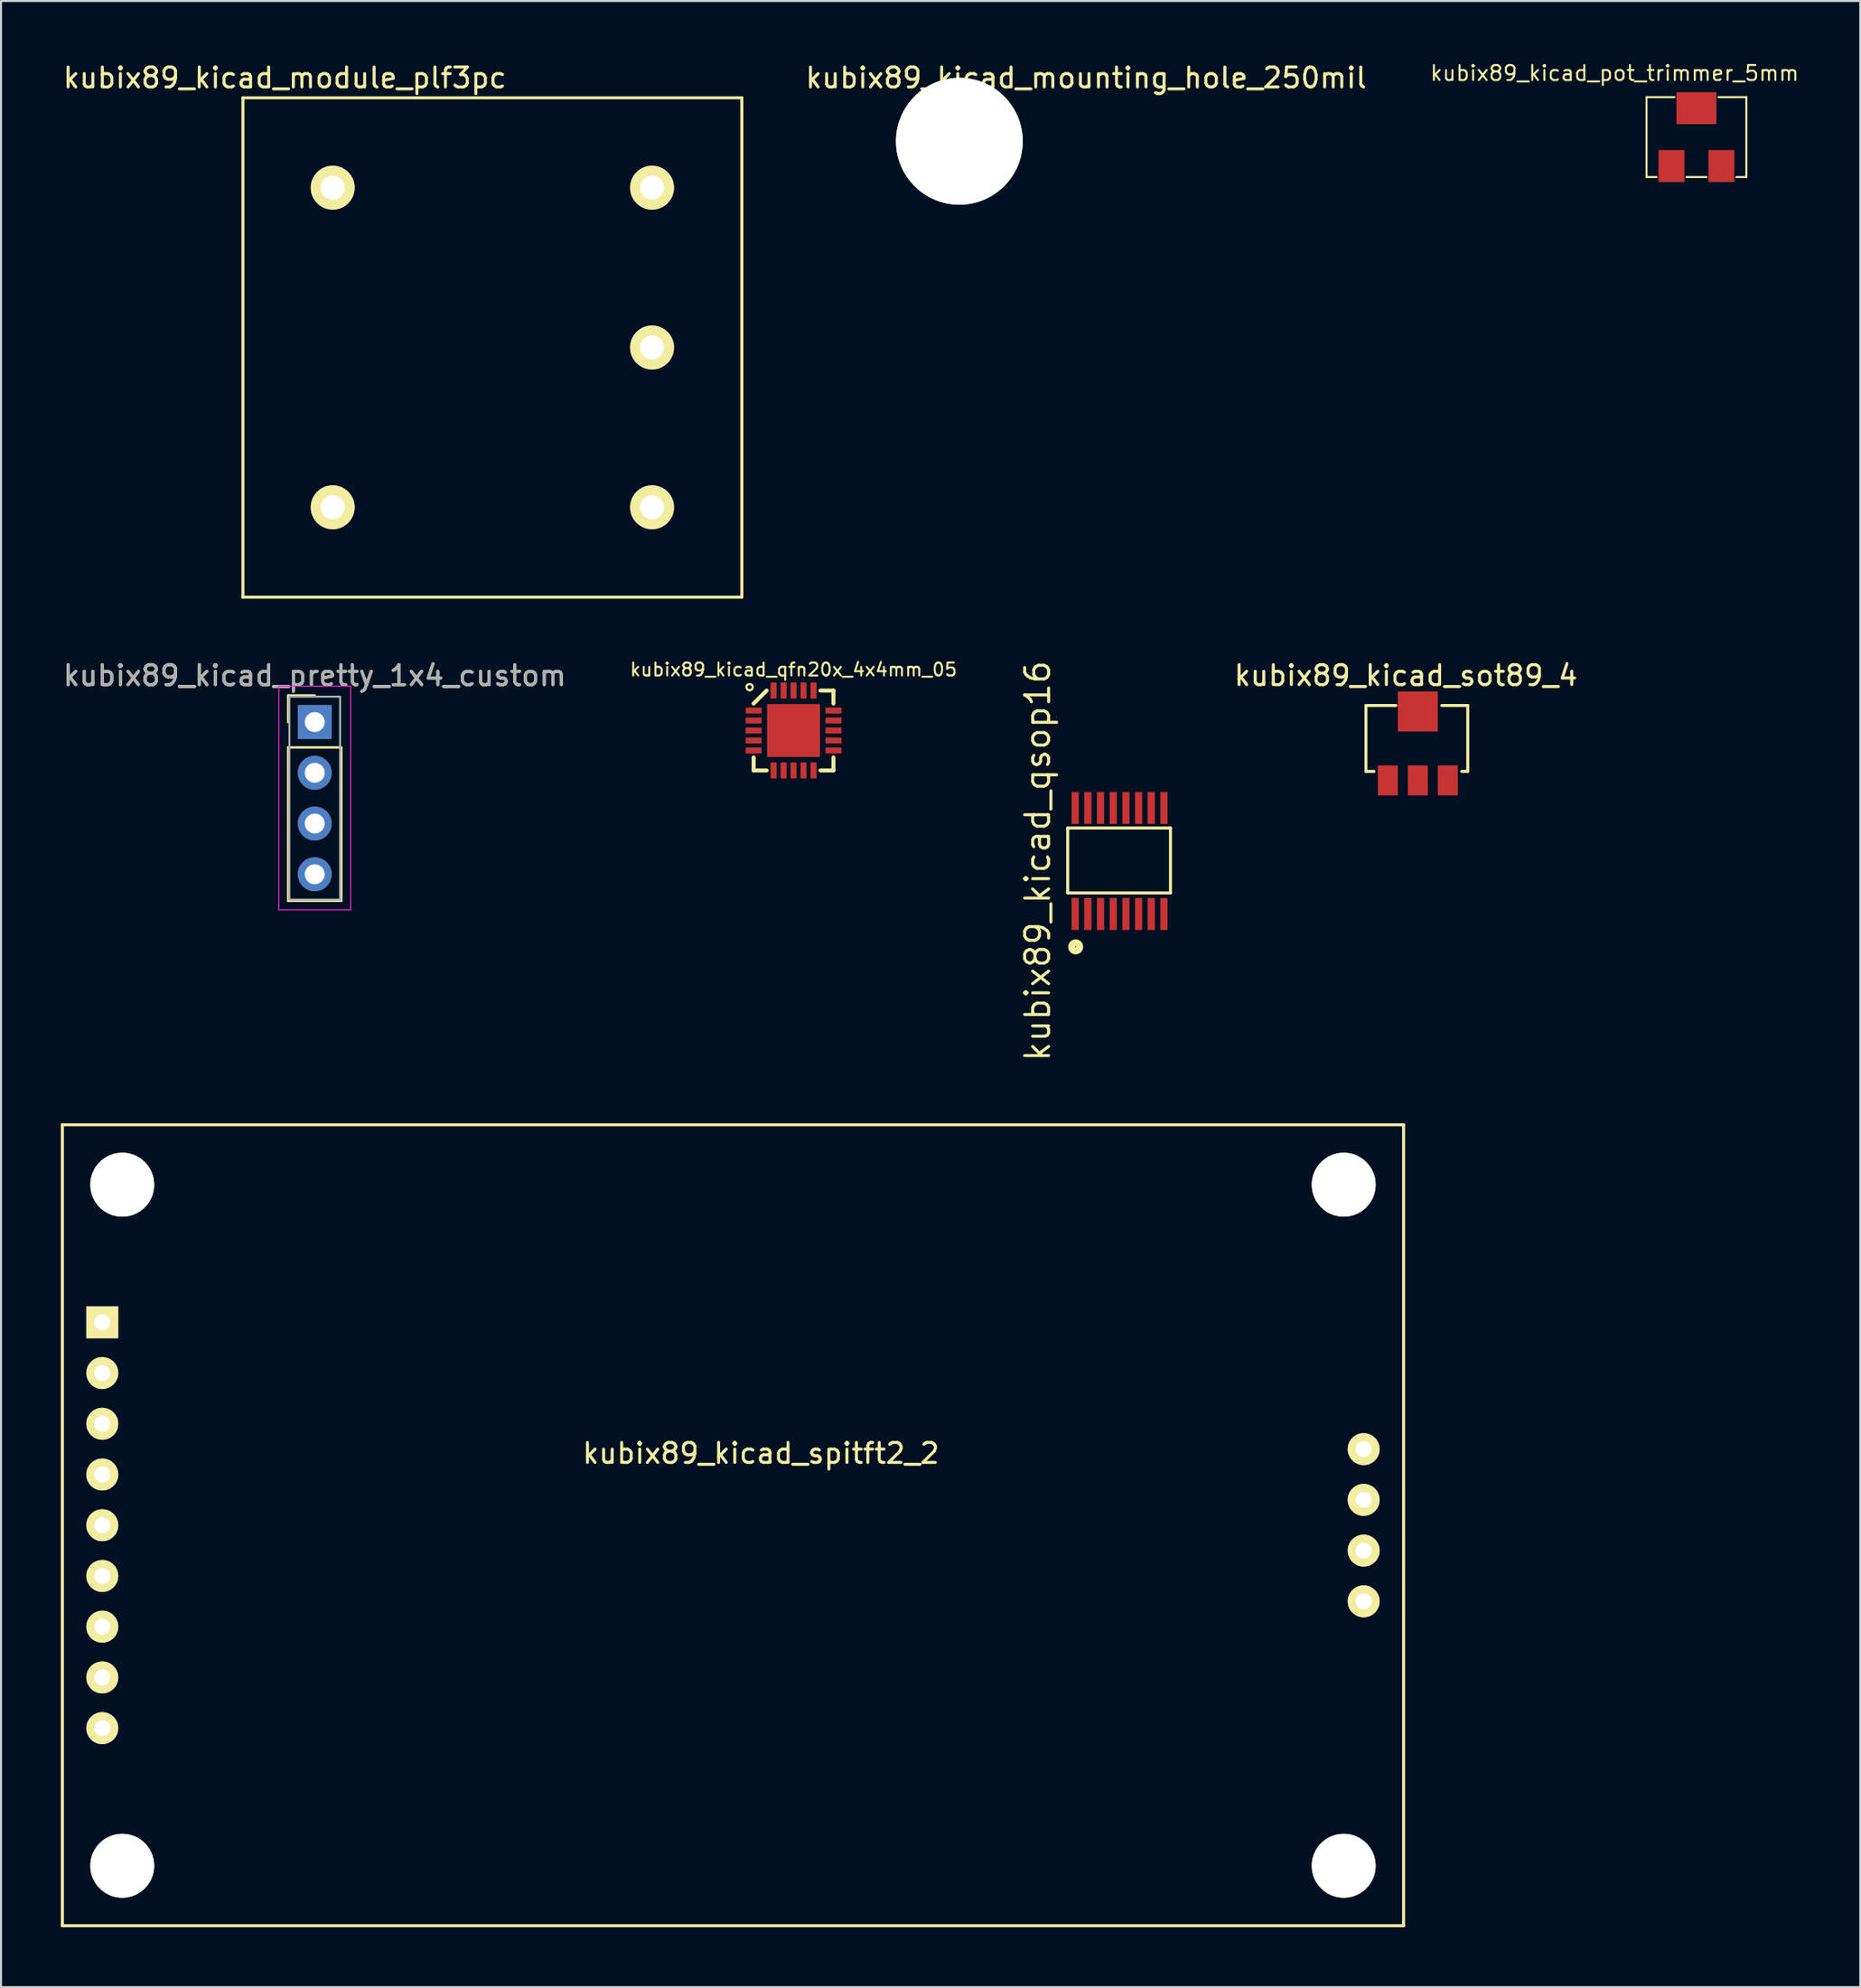
<source format=kicad_pcb>
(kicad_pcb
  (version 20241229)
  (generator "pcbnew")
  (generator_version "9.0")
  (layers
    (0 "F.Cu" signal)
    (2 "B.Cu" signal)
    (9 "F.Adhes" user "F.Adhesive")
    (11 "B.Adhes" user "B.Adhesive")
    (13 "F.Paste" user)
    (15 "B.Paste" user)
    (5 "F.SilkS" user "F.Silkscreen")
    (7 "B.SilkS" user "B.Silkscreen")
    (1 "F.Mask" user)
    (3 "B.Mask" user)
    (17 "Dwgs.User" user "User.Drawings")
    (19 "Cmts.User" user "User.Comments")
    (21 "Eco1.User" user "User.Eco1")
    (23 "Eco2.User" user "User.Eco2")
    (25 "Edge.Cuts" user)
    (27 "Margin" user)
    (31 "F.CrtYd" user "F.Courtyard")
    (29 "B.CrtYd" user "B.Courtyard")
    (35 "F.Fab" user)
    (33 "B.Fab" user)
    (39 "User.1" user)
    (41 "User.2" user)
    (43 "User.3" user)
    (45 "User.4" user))
  (footprint "kubix89_kicad_qfn20x_4x4mm_05"
    (layer "F.Cu")
    (at 36.709 33.525)
    (property "Reference" "kubix89_kicad_qfn20x_4x4mm_05" (at 0 -3.05 0) (layer "F.SilkS") (effects (font (size 0.65 0.65) (thickness 0.098))))
    (attr smd)
    (fp_line (start -2 -1.35) (end -1.35 -2) (stroke (width 0.2) (type solid)) (layer "F.SilkS"))
    (fp_line (start -2 2) (end -2 1.35) (stroke (width 0.2) (type solid)) (layer "F.SilkS"))
    (fp_line (start -2 2) (end -1.35 2) (stroke (width 0.2) (type solid)) (layer "F.SilkS"))
    (fp_line (start 2 -2) (end 1.35 -2) (stroke (width 0.2) (type solid)) (layer "F.SilkS"))
    (fp_line (start 2 -2) (end 2 -1.35) (stroke (width 0.2) (type solid)) (layer "F.SilkS"))
    (fp_line (start 2 2) (end 1.35 2) (stroke (width 0.2) (type solid)) (layer "F.SilkS"))
    (fp_line (start 2 2) (end 2 1.35) (stroke (width 0.2) (type solid)) (layer "F.SilkS"))
    (fp_text user "○" (at -2.2 -2.2 0) (layer "F.SilkS") (effects (font (size 0.4 0.4) (thickness 0.1))))
    (pad "1" smd rect (at -2 -1) (size 0.8 0.3) (layers "F.Cu" "F.Mask" "F.Paste"))
    (pad "2" smd rect (at -2 -0.5) (size 0.8 0.3) (layers "F.Cu" "F.Mask" "F.Paste"))
    (pad "3" smd rect (at -2 0) (size 0.8 0.3) (layers "F.Cu" "F.Mask" "F.Paste"))
    (pad "4" smd rect (at -2 0.5) (size 0.8 0.3) (layers "F.Cu" "F.Mask" "F.Paste"))
    (pad "5" smd rect (at -2 1) (size 0.8 0.3) (layers "F.Cu" "F.Mask" "F.Paste"))
    (pad "6" smd rect (at -1 2 90) (size 0.8 0.3) (layers "F.Cu" "F.Mask" "F.Paste"))
    (pad "7" smd rect (at -0.5 2 90) (size 0.8 0.3) (layers "F.Cu" "F.Mask" "F.Paste"))
    (pad "8" smd rect (at 0 2 90) (size 0.8 0.3) (layers "F.Cu" "F.Mask" "F.Paste"))
    (pad "9" smd rect (at 0.5 2 90) (size 0.8 0.3) (layers "F.Cu" "F.Mask" "F.Paste"))
    (pad "10" smd rect (at 1 2 90) (size 0.8 0.3) (layers "F.Cu" "F.Mask" "F.Paste"))
    (pad "11" smd rect (at 2 1) (size 0.8 0.3) (layers "F.Cu" "F.Mask" "F.Paste"))
    (pad "12" smd rect (at 2 0.5) (size 0.8 0.3) (layers "F.Cu" "F.Mask" "F.Paste"))
    (pad "13" smd rect (at 2 0) (size 0.8 0.3) (layers "F.Cu" "F.Mask" "F.Paste"))
    (pad "14" smd rect (at 2 -0.5) (size 0.8 0.3) (layers "F.Cu" "F.Mask" "F.Paste"))
    (pad "15" smd rect (at 2 -1) (size 0.8 0.3) (layers "F.Cu" "F.Mask" "F.Paste"))
    (pad "16" smd rect (at 1 -2 90) (size 0.8 0.3) (layers "F.Cu" "F.Mask" "F.Paste"))
    (pad "17" smd rect (at 0.5 -2 90) (size 0.8 0.3) (layers "F.Cu" "F.Mask" "F.Paste"))
    (pad "18" smd rect (at 0 -2 90) (size 0.8 0.3) (layers "F.Cu" "F.Mask" "F.Paste"))
    (pad "19" smd rect (at -0.5 -2 90) (size 0.8 0.3) (layers "F.Cu" "F.Mask" "F.Paste"))
    (pad "20" smd rect (at -1 -2 90) (size 0.8 0.3) (layers "F.Cu" "F.Mask" "F.Paste"))
    (pad "21" smd rect (at 0 0 90) (size 2.65 2.65) (layers "F.Cu" "F.Mask" "F.Paste")))
  (footprint "kubix89_kicad_pretty_1x4_custom"
    (layer "F.Cu")
    (at 12.72 33.102)
    (property "Reference" "kubix89_kicad_pretty_1x4_custom" (at 0 -2.33 0) (layer "F.SilkS") (effects (font (size 1 1) (thickness 0.15))))
    (attr through_hole)
    (fp_line (start -1.33 -1.33) (end 0 -1.33) (stroke (width 0.12) (type solid)) (layer "F.SilkS"))
    (fp_line (start -1.33 0) (end -1.33 -1.33) (stroke (width 0.12) (type solid)) (layer "F.SilkS"))
    (fp_line (start -1.33 1.27) (end -1.33 8.95) (stroke (width 0.12) (type solid)) (layer "F.SilkS"))
    (fp_line (start -1.33 8.95) (end 1.33 8.95) (stroke (width 0.12) (type solid)) (layer "F.SilkS"))
    (fp_line (start 1.33 1.27) (end -1.33 1.27) (stroke (width 0.12) (type solid)) (layer "F.SilkS"))
    (fp_line (start 1.33 8.95) (end 1.33 1.27) (stroke (width 0.12) (type solid)) (layer "F.SilkS"))
    (fp_line (start -1.8 -1.8) (end -1.8 9.4) (stroke (width 0.05) (type solid)) (layer "F.CrtYd"))
    (fp_line (start -1.8 9.4) (end 1.8 9.4) (stroke (width 0.05) (type solid)) (layer "F.CrtYd"))
    (fp_line (start 1.8 -1.8) (end -1.8 -1.8) (stroke (width 0.05) (type solid)) (layer "F.CrtYd"))
    (fp_line (start 1.8 9.4) (end 1.8 -1.8) (stroke (width 0.05) (type solid)) (layer "F.CrtYd"))
    (fp_line (start -1.27 -1.27) (end -1.27 8.89) (stroke (width 0.1) (type solid)) (layer "F.Fab"))
    (fp_line (start -1.27 8.89) (end 1.27 8.89) (stroke (width 0.1) (type solid)) (layer "F.Fab"))
    (fp_line (start 1.27 -1.27) (end -1.27 -1.27) (stroke (width 0.1) (type solid)) (layer "F.Fab"))
    (fp_line (start 1.27 8.89) (end 1.27 -1.27) (stroke (width 0.1) (type solid)) (layer "F.Fab"))
    (fp_text user "${REFERENCE}" (at 0 -2.33 0) (layer "F.Fab") (effects (font (size 1 1) (thickness 0.15))))
    (pad "AV+" thru_hole oval (at 0 2.54) (size 1.7 1.7) (drill 1) (layers "*.Cu" "*.Mask"))
    (pad "AV-" thru_hole oval (at 0 5.08) (size 1.7 1.7) (drill 1) (layers "*.Cu" "*.Mask"))
    (pad "GND" thru_hole rect (at 0 0) (size 1.7 1.7) (drill 1) (layers "*.Cu" "*.Mask"))
    (pad "TP11" thru_hole oval (at 0 7.62) (size 1.7 1.7) (drill 1) (layers "*.Cu" "*.Mask")))
  (footprint "kubix89_kicad_module_plf3pc"
    (layer "F.Cu")
    (at 13.62 6.348)
    (property "Reference" "kubix89_kicad_module_plf3pc" (at -2.4 -5.5 0) (layer "F.SilkS") (effects (font (size 1 1) (thickness 0.15))))
    (attr through_hole)
    (fp_line (start -4.5 -4.5) (end -4.5 20.5) (stroke (width 0.15) (type solid)) (layer "F.SilkS"))
    (fp_line (start -4.5 20.5) (end 20.5 20.5) (stroke (width 0.15) (type solid)) (layer "F.SilkS"))
    (fp_line (start 20.5 -4.5) (end -4.5 -4.5) (stroke (width 0.15) (type solid)) (layer "F.SilkS"))
    (fp_line (start 20.5 20.5) (end 20.5 -4.5) (stroke (width 0.15) (type solid)) (layer "F.SilkS"))
    (pad "1" thru_hole circle (at 0 0) (size 2.2 2.2) (drill 1.2) (layers "*.Cu" "*.Mask" "F.SilkS"))
    (pad "2" thru_hole circle (at 0 16) (size 2.2 2.2) (drill 1.2) (layers "*.Cu" "*.Mask" "F.SilkS"))
    (pad "3" thru_hole circle (at 16 16) (size 2.2 2.2) (drill 1.2) (layers "*.Cu" "*.Mask" "F.SilkS"))
    (pad "4" thru_hole circle (at 16 8) (size 2.2 2.2) (drill 1.2) (layers "*.Cu" "*.Mask" "F.SilkS"))
    (pad "5" thru_hole circle (at 16 0) (size 2.2 2.2) (drill 1.2) (layers "*.Cu" "*.Mask" "F.SilkS")))
  (footprint "kubix89_kicad_sot89_4"
    (layer "F.Cu")
    (at 67.99 32.572)
    (property "Reference" "kubix89_kicad_sot89_4" (at -0.6 -1.8 0) (layer "F.SilkS") (effects (font (size 1 1) (thickness 0.15))))
    (attr through_hole)
    (fp_line (start -2.6 -0.3) (end -2.6 3) (stroke (width 0.15) (type solid)) (layer "F.SilkS"))
    (fp_line (start -2.6 3) (end -2.2 3) (stroke (width 0.15) (type solid)) (layer "F.SilkS"))
    (fp_line (start -1.1 -0.3) (end -2.6 -0.3) (stroke (width 0.15) (type solid)) (layer "F.SilkS"))
    (fp_line (start 1.2 -0.3) (end 2.5 -0.3) (stroke (width 0.15) (type solid)) (layer "F.SilkS"))
    (fp_line (start 2.5 -0.3) (end 2.5 3) (stroke (width 0.15) (type solid)) (layer "F.SilkS"))
    (fp_line (start 2.5 3) (end 2.2 3) (stroke (width 0.15) (type solid)) (layer "F.SilkS"))
    (pad "1" smd trapezoid (at -1.5 3.45) (size 1 1.5) (layers "F.Cu" "F.Mask" "F.Paste"))
    (pad "2" smd trapezoid (at 0 3.45) (size 1 1.5) (layers "F.Cu" "F.Mask" "F.Paste"))
    (pad "3" smd trapezoid (at 1.5 3.45) (size 1 1.5) (layers "F.Cu" "F.Mask" "F.Paste"))
    (pad "4" smd trapezoid (at 0 0) (size 2 2) (layers "F.Cu" "F.Mask" "F.Paste")))
  (footprint "kubix89_kicad_qsop16"
    (layer "F.Cu")
    (at 53.045 40.057)
    (property "Reference" "kubix89_kicad_qsop16" (at -4.103 0 90) (layer "F.SilkS") (effects (font (size 1.2 1.2) (thickness 0.15))))
    (attr through_hole)
    (fp_line (start -2.6 -1.65) (end 2.55 -1.65) (stroke (width 0.15) (type solid)) (layer "F.SilkS"))
    (fp_line (start -2.6 1.6) (end -2.6 -1.65) (stroke (width 0.15) (type solid)) (layer "F.SilkS"))
    (fp_line (start 2.55 -1.65) (end 2.55 1.6) (stroke (width 0.15) (type solid)) (layer "F.SilkS"))
    (fp_line (start 2.55 1.6) (end -2.6 1.6) (stroke (width 0.15) (type solid)) (layer "F.SilkS"))
    (fp_circle (center -2.2 4.3) (end -2 4.3) (stroke (width 0.35) (type solid)) (fill no) (layer "F.SilkS"))
    (pad "1" smd rect (at -2.223 2.655) (size 0.36 1.6) (layers "F.Cu" "F.Mask" "F.Paste"))
    (pad "2" smd rect (at -1.587 2.655) (size 0.36 1.6) (layers "F.Cu" "F.Mask" "F.Paste"))
    (pad "3" smd rect (at -0.953 2.655) (size 0.36 1.6) (layers "F.Cu" "F.Mask" "F.Paste"))
    (pad "4" smd rect (at -0.318 2.655) (size 0.36 1.6) (layers "F.Cu" "F.Mask" "F.Paste"))
    (pad "5" smd rect (at 0.318 2.655) (size 0.36 1.6) (layers "F.Cu" "F.Mask" "F.Paste"))
    (pad "6" smd rect (at 0.953 2.655) (size 0.36 1.6) (layers "F.Cu" "F.Mask" "F.Paste"))
    (pad "7" smd rect (at 1.587 2.655) (size 0.36 1.6) (layers "F.Cu" "F.Mask" "F.Paste"))
    (pad "8" smd rect (at 2.223 2.655) (size 0.36 1.6) (layers "F.Cu" "F.Mask" "F.Paste"))
    (pad "9" smd rect (at 2.223 -2.655) (size 0.36 1.6) (layers "F.Cu" "F.Mask" "F.Paste"))
    (pad "10" smd rect (at 1.587 -2.655) (size 0.36 1.6) (layers "F.Cu" "F.Mask" "F.Paste"))
    (pad "11" smd rect (at 0.953 -2.655) (size 0.36 1.6) (layers "F.Cu" "F.Mask" "F.Paste"))
    (pad "12" smd rect (at 0.318 -2.655) (size 0.36 1.6) (layers "F.Cu" "F.Mask" "F.Paste"))
    (pad "13" smd rect (at -0.318 -2.655) (size 0.36 1.6) (layers "F.Cu" "F.Mask" "F.Paste"))
    (pad "14" smd rect (at -0.953 -2.655) (size 0.36 1.6) (layers "F.Cu" "F.Mask" "F.Paste"))
    (pad "15" smd rect (at -1.587 -2.655) (size 0.36 1.6) (layers "F.Cu" "F.Mask" "F.Paste"))
    (pad "16" smd rect (at -2.223 -2.655) (size 0.36 1.6) (layers "F.Cu" "F.Mask" "F.Paste")))
  (footprint "kubix89_kicad_mounting_hole_250mil"
    (layer "F.Cu")
    (at 45.018 4.023)
    (property "Reference" "kubix89_kicad_mounting_hole_250mil" (at 6.35 -3.175 0) (layer "F.SilkS") (effects (font (size 1 1) (thickness 0.15))))
    (attr through_hole)
    (pad "" np_thru_hole circle (at 0 0) (size 6.35 6.35) (drill 6.35) (layers "*.Cu" "*.Mask" "F.SilkS")))
  (footprint "kubix89_kicad_pot_trimmer_5mm"
    (layer "F.Cu")
    (at 81.948 3.814)
    (property "Reference" "kubix89_kicad_pot_trimmer_5mm" (at -4.1 -3.2 0) (layer "F.SilkS") (effects (font (size 0.75 0.75) (thickness 0.1))))
    (attr through_hole)
    (fp_line (start -2.5 -2) (end -2.5 2) (stroke (width 0.1) (type solid)) (layer "F.SilkS"))
    (fp_line (start -2.5 2) (end -2 2) (stroke (width 0.1) (type solid)) (layer "F.SilkS"))
    (fp_line (start -1.1 -2) (end -2.5 -2) (stroke (width 0.1) (type solid)) (layer "F.SilkS"))
    (fp_line (start -0.5 2) (end 0.5 2) (stroke (width 0.1) (type solid)) (layer "F.SilkS"))
    (fp_line (start 2 2) (end 2.5 2) (stroke (width 0.1) (type solid)) (layer "F.SilkS"))
    (fp_line (start 2.5 -2) (end 1.1 -2) (stroke (width 0.1) (type solid)) (layer "F.SilkS"))
    (fp_line (start 2.5 2) (end 2.5 -2) (stroke (width 0.1) (type solid)) (layer "F.SilkS"))
    (pad "1" smd rect (at -1.25 1.45) (size 1.3 1.6) (layers "F.Cu" "F.Mask" "F.Paste"))
    (pad "2" smd rect (at 1.25 1.45) (size 1.3 1.6) (layers "F.Cu" "F.Mask" "F.Paste"))
    (pad "3" smd rect (at 0 -1.45) (size 2 1.6) (layers "F.Cu" "F.Mask" "F.Paste")))
  (footprint "kubix89_kicad_spitft2_2"
    (layer "F.Cu")
    (at 33.675 73.315)
    (property "Reference" "kubix89_kicad_spitft2_2" (at 1.4 -3.6 0) (layer "F.SilkS") (effects (font (size 1 1) (thickness 0.15))))
    (attr through_hole)
    (fp_line (start -33.6 -20.05) (end 33.6 -20.05) (stroke (width 0.15) (type solid)) (layer "F.SilkS"))
    (fp_line (start -33.6 20.05) (end -33.6 -20.05) (stroke (width 0.15) (type solid)) (layer "F.SilkS"))
    (fp_line (start 33.6 -20.05) (end 33.6 20.05) (stroke (width 0.15) (type solid)) (layer "F.SilkS"))
    (fp_line (start 33.6 20.05) (end -33.6 20.05) (stroke (width 0.15) (type solid)) (layer "F.SilkS"))
    (pad "" np_thru_hole circle (at -30.6 -17.05) (size 3.2 3.2) (drill 3.2) (layers "*.Cu" "*.Mask" "F.SilkS"))
    (pad "" np_thru_hole circle (at -30.6 17.05) (size 3.2 3.2) (drill 3.2) (layers "*.Cu" "*.Mask" "F.SilkS"))
    (pad "" np_thru_hole circle (at 30.6 -17.05) (size 3.2 3.2) (drill 3.2) (layers "*.Cu" "*.Mask" "F.SilkS"))
    (pad "" np_thru_hole circle (at 30.6 17.05) (size 3.2 3.2) (drill 3.2) (layers "*.Cu" "*.Mask" "F.SilkS"))
    (pad "1" thru_hole rect (at -31.6 -10.16) (size 1.6 1.6) (drill 0.8) (layers "*.Cu" "*.Mask" "F.SilkS"))
    (pad "2" thru_hole circle (at -31.6 -7.62) (size 1.6 1.6) (drill 0.8) (layers "*.Cu" "*.Mask" "F.SilkS"))
    (pad "3" thru_hole circle (at -31.6 -5.08) (size 1.6 1.6) (drill 0.8) (layers "*.Cu" "*.Mask" "F.SilkS"))
    (pad "4" thru_hole circle (at -31.6 -2.54) (size 1.6 1.6) (drill 0.8) (layers "*.Cu" "*.Mask" "F.SilkS"))
    (pad "5" thru_hole circle (at -31.6 0) (size 1.6 1.6) (drill 0.8) (layers "*.Cu" "*.Mask" "F.SilkS"))
    (pad "6" thru_hole circle (at -31.6 2.54) (size 1.6 1.6) (drill 0.8) (layers "*.Cu" "*.Mask" "F.SilkS"))
    (pad "7" thru_hole circle (at -31.6 5.08) (size 1.6 1.6) (drill 0.8) (layers "*.Cu" "*.Mask" "F.SilkS"))
    (pad "8" thru_hole circle (at -31.6 7.62) (size 1.6 1.6) (drill 0.8) (layers "*.Cu" "*.Mask" "F.SilkS"))
    (pad "9" thru_hole circle (at -31.6 10.16) (size 1.6 1.6) (drill 0.8) (layers "*.Cu" "*.Mask" "F.SilkS"))
    (pad "10" thru_hole circle (at 31.6 3.81) (size 1.6 1.6) (drill 0.8) (layers "*.Cu" "*.Mask" "F.SilkS"))
    (pad "11" thru_hole circle (at 31.6 1.27) (size 1.6 1.6) (drill 0.8) (layers "*.Cu" "*.Mask" "F.SilkS"))
    (pad "12" thru_hole circle (at 31.6 -1.27) (size 1.6 1.6) (drill 0.8) (layers "*.Cu" "*.Mask" "F.SilkS"))
    (pad "13" thru_hole circle (at 31.6 -3.81) (size 1.6 1.6) (drill 0.8) (layers "*.Cu" "*.Mask" "F.SilkS")))
  (gr_rect
    (start -3 -3)
    (end 90.155 96.44)
    (stroke (width 0.1) (type default))
    (fill no)
    (layer "Edge.Cuts")))
</source>
